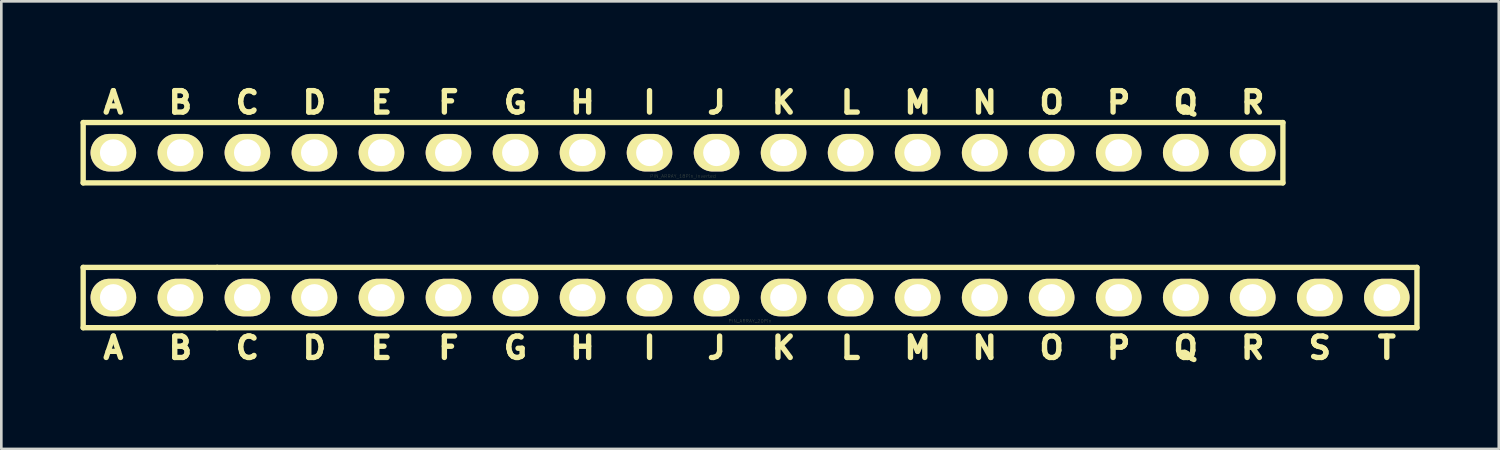
<source format=kicad_pcb>
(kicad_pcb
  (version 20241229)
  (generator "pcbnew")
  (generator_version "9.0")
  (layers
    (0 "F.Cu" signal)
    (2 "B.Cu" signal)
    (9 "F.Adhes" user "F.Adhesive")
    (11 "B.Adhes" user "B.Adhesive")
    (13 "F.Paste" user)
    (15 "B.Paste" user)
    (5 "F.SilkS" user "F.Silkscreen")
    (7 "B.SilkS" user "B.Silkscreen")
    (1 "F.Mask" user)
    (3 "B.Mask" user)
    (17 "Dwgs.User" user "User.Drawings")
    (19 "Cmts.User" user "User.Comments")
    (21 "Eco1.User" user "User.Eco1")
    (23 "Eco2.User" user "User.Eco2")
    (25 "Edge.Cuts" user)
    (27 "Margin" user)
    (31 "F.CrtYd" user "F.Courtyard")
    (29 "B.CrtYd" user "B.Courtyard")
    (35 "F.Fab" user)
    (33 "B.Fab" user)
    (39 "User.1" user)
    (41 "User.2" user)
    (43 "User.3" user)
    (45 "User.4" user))
  (footprint "PIN_ARRAY_18Pin_Inverted"
    (layer "F.Cu")
    (at 22.835 2.737)
    (property "Reference" "PIN_ARRAY_18Pin_Inverted" (at 0 0.889 0) (layer "F.SilkS") (effects (font (size 0.127 0.127) (thickness 0.003))))
    (attr through_hole)
    (fp_line (start -22.733 -1.143) (end -22.733 1.143) (stroke (width 0.203) (type solid)) (layer "F.SilkS"))
    (fp_line (start -22.733 -1.143) (end 22.733 -1.143) (stroke (width 0.203) (type solid)) (layer "F.SilkS"))
    (fp_line (start 22.733 -1.143) (end 22.733 1.143) (stroke (width 0.203) (type solid)) (layer "F.SilkS"))
    (fp_line (start 22.733 1.143) (end -22.733 1.143) (stroke (width 0.203) (type solid)) (layer "F.SilkS"))
    (fp_text user "C" (at -16.51 -1.905 0) (layer "F.SilkS") (effects (font (size 0.813 0.813) (thickness 0.203))))
    (fp_text user "B" (at -19.05 -1.905 0) (layer "F.SilkS") (effects (font (size 0.813 0.813) (thickness 0.203))))
    (fp_text user "G" (at -6.35 -1.905 0) (layer "F.SilkS") (effects (font (size 0.813 0.813) (thickness 0.203))))
    (fp_text user "F" (at -8.89 -1.905 0) (layer "F.SilkS") (effects (font (size 0.813 0.813) (thickness 0.203))))
    (fp_text user "D" (at -13.97 -1.905 0) (layer "F.SilkS") (effects (font (size 0.813 0.813) (thickness 0.203))))
    (fp_text user "A" (at -21.59 -1.905 0) (layer "F.SilkS") (effects (font (size 0.813 0.813) (thickness 0.203))))
    (fp_text user "R" (at 21.59 -1.905 0) (layer "F.SilkS") (effects (font (size 0.813 0.813) (thickness 0.203))))
    (fp_text user "P" (at 16.51 -1.905 0) (layer "F.SilkS") (effects (font (size 0.813 0.813) (thickness 0.203))))
    (fp_text user "J" (at 1.27 -1.905 0) (layer "F.SilkS") (effects (font (size 0.813 0.813) (thickness 0.203))))
    (fp_text user "M" (at 8.89 -1.905 0) (layer "F.SilkS") (effects (font (size 0.813 0.813) (thickness 0.203))))
    (fp_text user "E" (at -11.43 -1.905 0) (layer "F.SilkS") (effects (font (size 0.813 0.813) (thickness 0.203))))
    (fp_text user "O" (at 13.97 -1.905 0) (layer "F.SilkS") (effects (font (size 0.813 0.813) (thickness 0.203))))
    (fp_text user "K" (at 3.81 -1.905 0) (layer "F.SilkS") (effects (font (size 0.813 0.813) (thickness 0.203))))
    (fp_text user "N" (at 11.43 -1.905 0) (layer "F.SilkS") (effects (font (size 0.813 0.813) (thickness 0.203))))
    (fp_text user "L" (at 6.35 -1.905 0) (layer "F.SilkS") (effects (font (size 0.813 0.813) (thickness 0.203))))
    (fp_text user "Q" (at 19.05 -1.905 0) (layer "F.SilkS") (effects (font (size 0.813 0.813) (thickness 0.203))))
    (fp_text user "I" (at -1.27 -1.905 0) (layer "F.SilkS") (effects (font (size 0.813 0.813) (thickness 0.203))))
    (fp_text user "H" (at -3.81 -1.905 0) (layer "F.SilkS") (effects (font (size 0.813 0.813) (thickness 0.203))))
    (pad "1" thru_hole oval (at -21.59 0) (size 1.727 1.422) (drill 1.016) (layers "*.Cu" "*.Mask" "F.SilkS"))
    (pad "2" thru_hole oval (at -19.05 0) (size 1.727 1.422) (drill 1.016) (layers "*.Cu" "*.Mask" "F.SilkS"))
    (pad "3" thru_hole oval (at -16.51 0) (size 1.727 1.422) (drill 1.016) (layers "*.Cu" "*.Mask" "F.SilkS"))
    (pad "4" thru_hole oval (at -13.97 0) (size 1.727 1.422) (drill 1.016) (layers "*.Cu" "*.Mask" "F.SilkS"))
    (pad "5" thru_hole oval (at -11.43 0) (size 1.727 1.422) (drill 1.016) (layers "*.Cu" "*.Mask" "F.SilkS"))
    (pad "6" thru_hole oval (at -8.89 0) (size 1.727 1.422) (drill 1.016) (layers "*.Cu" "*.Mask" "F.SilkS"))
    (pad "7" thru_hole oval (at -6.35 0) (size 1.727 1.422) (drill 1.016) (layers "*.Cu" "*.Mask" "F.SilkS"))
    (pad "8" thru_hole oval (at -3.81 0) (size 1.727 1.422) (drill 1.016) (layers "*.Cu" "*.Mask" "F.SilkS"))
    (pad "9" thru_hole oval (at -1.27 0) (size 1.727 1.422) (drill 1.016) (layers "*.Cu" "*.Mask" "F.SilkS"))
    (pad "10" thru_hole oval (at 1.27 0) (size 1.727 1.422) (drill 1.016) (layers "*.Cu" "*.Mask" "F.SilkS"))
    (pad "11" thru_hole oval (at 3.81 0) (size 1.727 1.422) (drill 1.016) (layers "*.Cu" "*.Mask" "F.SilkS"))
    (pad "12" thru_hole oval (at 6.35 0) (size 1.727 1.422) (drill 1.016) (layers "*.Cu" "*.Mask" "F.SilkS"))
    (pad "13" thru_hole oval (at 8.89 0) (size 1.727 1.422) (drill 1.016) (layers "*.Cu" "*.Mask" "F.SilkS"))
    (pad "14" thru_hole oval (at 11.43 0) (size 1.727 1.422) (drill 1.016) (layers "*.Cu" "*.Mask" "F.SilkS"))
    (pad "15" thru_hole oval (at 13.97 0) (size 1.727 1.422) (drill 1.016) (layers "*.Cu" "*.Mask" "F.SilkS"))
    (pad "16" thru_hole oval (at 16.51 0) (size 1.727 1.422) (drill 1.016) (layers "*.Cu" "*.Mask" "F.SilkS"))
    (pad "17" thru_hole oval (at 19.05 0) (size 1.727 1.422) (drill 1.016) (layers "*.Cu" "*.Mask" "F.SilkS"))
    (pad "18" thru_hole oval (at 21.59 0) (size 1.727 1.422) (drill 1.016) (layers "*.Cu" "*.Mask" "F.SilkS")))
  (footprint "PIN_ARRAY_20Pin"
    (layer "F.Cu")
    (at 25.375 8.226)
    (property "Reference" "PIN_ARRAY_20Pin" (at 0 0.889 0) (layer "F.SilkS") (effects (font (size 0.127 0.127) (thickness 0.003))))
    (attr through_hole)
    (fp_line (start -25.273 -1.143) (end -25.273 1.143) (stroke (width 0.203) (type solid)) (layer "F.SilkS"))
    (fp_line (start -25.273 1.143) (end -20.193 1.143) (stroke (width 0.203) (type solid)) (layer "F.SilkS"))
    (fp_line (start -20.193 -1.143) (end -25.273 -1.143) (stroke (width 0.203) (type solid)) (layer "F.SilkS"))
    (fp_line (start -20.193 -1.143) (end 25.273 -1.143) (stroke (width 0.203) (type solid)) (layer "F.SilkS"))
    (fp_line (start 25.273 -1.143) (end 25.273 1.143) (stroke (width 0.203) (type solid)) (layer "F.SilkS"))
    (fp_line (start 25.273 1.143) (end -20.193 1.143) (stroke (width 0.203) (type solid)) (layer "F.SilkS"))
    (fp_text user "H" (at -6.35 1.905 0) (layer "F.SilkS") (effects (font (size 0.813 0.813) (thickness 0.203))))
    (fp_text user "S" (at 21.59 1.905 0) (layer "F.SilkS") (effects (font (size 0.813 0.813) (thickness 0.203))))
    (fp_text user "O" (at 11.43 1.905 0) (layer "F.SilkS") (effects (font (size 0.813 0.813) (thickness 0.203))))
    (fp_text user "J" (at -1.27 1.905 0) (layer "F.SilkS") (effects (font (size 0.813 0.813) (thickness 0.203))))
    (fp_text user "I" (at -3.81 1.905 0) (layer "F.SilkS") (effects (font (size 0.813 0.813) (thickness 0.203))))
    (fp_text user "N" (at 8.89 1.905 0) (layer "F.SilkS") (effects (font (size 0.813 0.813) (thickness 0.203))))
    (fp_text user "C" (at -19.05 1.905 0) (layer "F.SilkS") (effects (font (size 0.813 0.813) (thickness 0.203))))
    (fp_text user "D" (at -16.51 1.905 0) (layer "F.SilkS") (effects (font (size 0.813 0.813) (thickness 0.203))))
    (fp_text user "F" (at -11.43 1.905 0) (layer "F.SilkS") (effects (font (size 0.813 0.813) (thickness 0.203))))
    (fp_text user "T" (at 24.13 1.905 0) (layer "F.SilkS") (effects (font (size 0.813 0.813) (thickness 0.203))))
    (fp_text user "P" (at 13.97 1.905 0) (layer "F.SilkS") (effects (font (size 0.813 0.813) (thickness 0.203))))
    (fp_text user "K" (at 1.27 1.905 0) (layer "F.SilkS") (effects (font (size 0.813 0.813) (thickness 0.203))))
    (fp_text user "E" (at -13.97 1.905 0) (layer "F.SilkS") (effects (font (size 0.813 0.813) (thickness 0.203))))
    (fp_text user "A" (at -24.13 1.905 0) (layer "F.SilkS") (effects (font (size 0.813 0.813) (thickness 0.203))))
    (fp_text user "G" (at -8.89 1.905 0) (layer "F.SilkS") (effects (font (size 0.813 0.813) (thickness 0.203))))
    (fp_text user "B" (at -21.59 1.905 0) (layer "F.SilkS") (effects (font (size 0.813 0.813) (thickness 0.203))))
    (fp_text user "M" (at 6.35 1.905 0) (layer "F.SilkS") (effects (font (size 0.813 0.813) (thickness 0.203))))
    (fp_text user "R" (at 19.05 1.905 0) (layer "F.SilkS") (effects (font (size 0.813 0.813) (thickness 0.203))))
    (fp_text user "L" (at 3.81 1.905 0) (layer "F.SilkS") (effects (font (size 0.813 0.813) (thickness 0.203))))
    (fp_text user "Q" (at 16.51 1.905 0) (layer "F.SilkS") (effects (font (size 0.813 0.813) (thickness 0.203))))
    (pad "1" thru_hole oval (at -24.13 0) (size 1.727 1.422) (drill 1.016) (layers "*.Cu" "*.Mask" "F.SilkS"))
    (pad "2" thru_hole oval (at -21.59 0) (size 1.727 1.422) (drill 1.016) (layers "*.Cu" "*.Mask" "F.SilkS"))
    (pad "3" thru_hole oval (at -19.05 0) (size 1.727 1.422) (drill 1.016) (layers "*.Cu" "*.Mask" "F.SilkS"))
    (pad "4" thru_hole oval (at -16.51 0) (size 1.727 1.422) (drill 1.016) (layers "*.Cu" "*.Mask" "F.SilkS"))
    (pad "5" thru_hole oval (at -13.97 0) (size 1.727 1.422) (drill 1.016) (layers "*.Cu" "*.Mask" "F.SilkS"))
    (pad "6" thru_hole oval (at -11.43 0) (size 1.727 1.422) (drill 1.016) (layers "*.Cu" "*.Mask" "F.SilkS"))
    (pad "7" thru_hole oval (at -8.89 0) (size 1.727 1.422) (drill 1.016) (layers "*.Cu" "*.Mask" "F.SilkS"))
    (pad "8" thru_hole oval (at -6.35 0) (size 1.727 1.422) (drill 1.016) (layers "*.Cu" "*.Mask" "F.SilkS"))
    (pad "9" thru_hole oval (at -3.81 0) (size 1.727 1.422) (drill 1.016) (layers "*.Cu" "*.Mask" "F.SilkS"))
    (pad "10" thru_hole oval (at -1.27 0) (size 1.727 1.422) (drill 1.016) (layers "*.Cu" "*.Mask" "F.SilkS"))
    (pad "11" thru_hole oval (at 1.27 0) (size 1.727 1.422) (drill 1.016) (layers "*.Cu" "*.Mask" "F.SilkS"))
    (pad "12" thru_hole oval (at 3.81 0) (size 1.727 1.422) (drill 1.016) (layers "*.Cu" "*.Mask" "F.SilkS"))
    (pad "13" thru_hole oval (at 6.35 0) (size 1.727 1.422) (drill 1.016) (layers "*.Cu" "*.Mask" "F.SilkS"))
    (pad "14" thru_hole oval (at 8.89 0) (size 1.727 1.422) (drill 1.016) (layers "*.Cu" "*.Mask" "F.SilkS"))
    (pad "15" thru_hole oval (at 11.43 0) (size 1.727 1.422) (drill 1.016) (layers "*.Cu" "*.Mask" "F.SilkS"))
    (pad "16" thru_hole oval (at 13.97 0) (size 1.727 1.422) (drill 1.016) (layers "*.Cu" "*.Mask" "F.SilkS"))
    (pad "17" thru_hole oval (at 16.51 0) (size 1.727 1.422) (drill 1.016) (layers "*.Cu" "*.Mask" "F.SilkS"))
    (pad "18" thru_hole oval (at 19.05 0) (size 1.727 1.422) (drill 1.016) (layers "*.Cu" "*.Mask" "F.SilkS"))
    (pad "19" thru_hole oval (at 21.59 0) (size 1.727 1.422) (drill 1.016) (layers "*.Cu" "*.Mask" "F.SilkS"))
    (pad "20" thru_hole oval (at 24.13 0) (size 1.727 1.422) (drill 1.016) (layers "*.Cu" "*.Mask" "F.SilkS")))
  (gr_rect
    (start -3 -3)
    (end 53.749 13.963)
    (stroke (width 0.1) (type default))
    (fill no)
    (layer "Edge.Cuts")))
</source>
